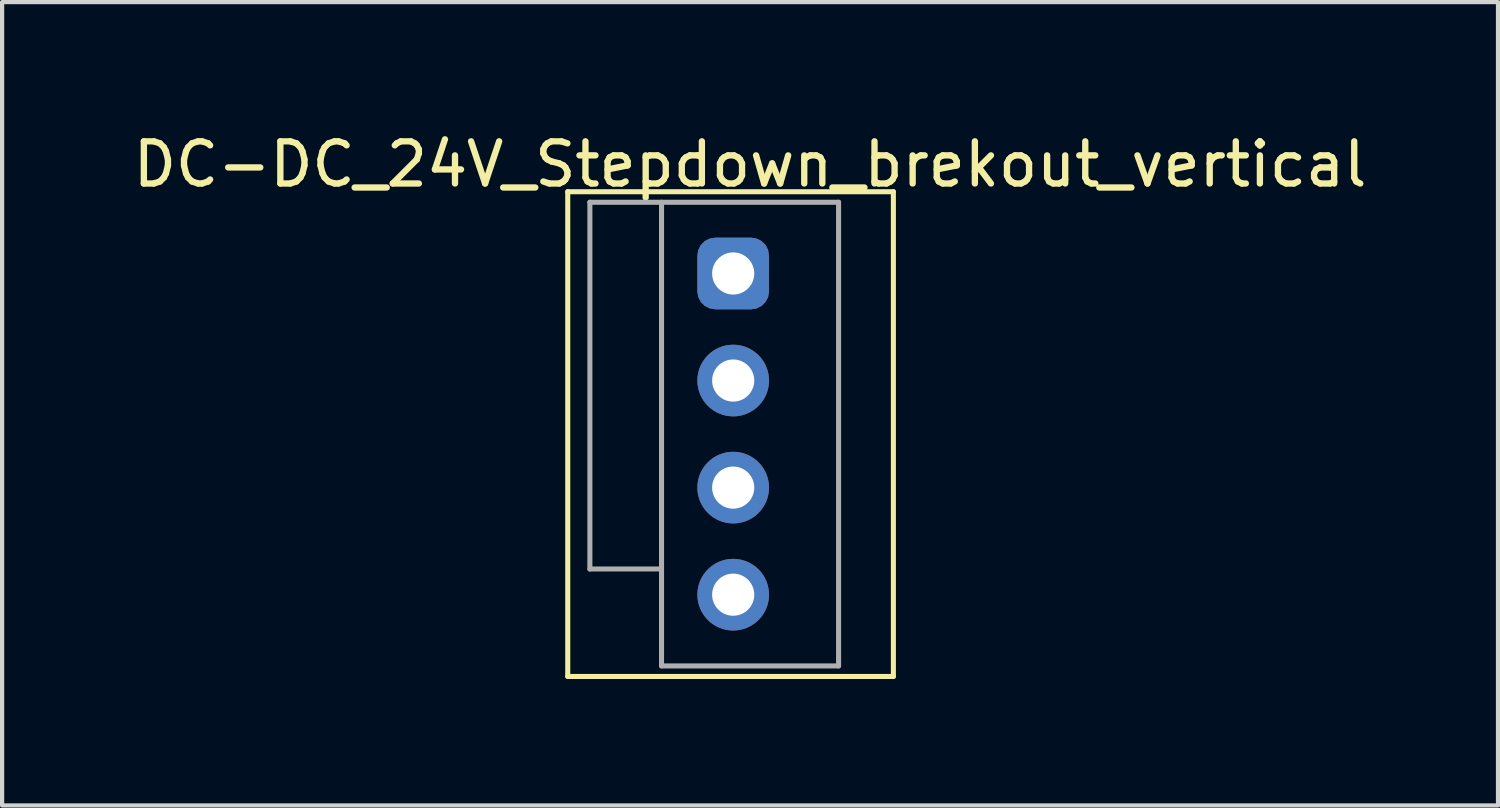
<source format=kicad_pcb>
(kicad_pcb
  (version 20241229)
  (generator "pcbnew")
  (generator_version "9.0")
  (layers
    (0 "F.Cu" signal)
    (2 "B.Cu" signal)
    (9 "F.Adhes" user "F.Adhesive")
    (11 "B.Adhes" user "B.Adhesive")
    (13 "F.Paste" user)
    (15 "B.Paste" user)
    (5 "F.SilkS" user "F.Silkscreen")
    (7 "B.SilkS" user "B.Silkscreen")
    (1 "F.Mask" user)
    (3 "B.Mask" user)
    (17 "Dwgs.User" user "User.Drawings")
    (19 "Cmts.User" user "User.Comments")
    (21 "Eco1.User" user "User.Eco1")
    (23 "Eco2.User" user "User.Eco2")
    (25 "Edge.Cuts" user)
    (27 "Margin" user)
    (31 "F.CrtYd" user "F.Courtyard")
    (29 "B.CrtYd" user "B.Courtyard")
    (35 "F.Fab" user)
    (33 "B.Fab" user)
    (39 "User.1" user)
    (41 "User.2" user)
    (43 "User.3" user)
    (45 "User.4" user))
  (footprint "DC-DC_24V_Stepdown_brekout_vertical"
    (layer "F.Cu")
    (at 12.644 1.748)
    (property "Reference" "DC-DC_24V_Stepdown_brekout_vertical" (at 2.1 -0.9 0) (layer "F.SilkS") (effects (font (size 1 1) (thickness 0.15))))
    (attr through_hole)
    (fp_line (start -2.225 -0.25) (end 5.5 -0.25) (stroke (width 0.12) (type solid)) (layer "F.SilkS"))
    (fp_line (start -2.225 11.25) (end -2.225 -0.25) (stroke (width 0.12) (type solid)) (layer "F.SilkS"))
    (fp_line (start 5.5 -0.25) (end 5.5 11.25) (stroke (width 0.12) (type solid)) (layer "F.SilkS"))
    (fp_line (start 5.5 11.25) (end -2.225 11.25) (stroke (width 0.12) (type solid)) (layer "F.SilkS"))
    (fp_line (start -1.7 0) (end -1.7 8.7) (stroke (width 0.12) (type solid)) (layer "F.Fab"))
    (fp_line (start -1.7 0) (end 4.2 0) (stroke (width 0.12) (type solid)) (layer "F.Fab"))
    (fp_line (start -1.7 8.7) (end 0 8.7) (stroke (width 0.12) (type solid)) (layer "F.Fab"))
    (fp_line (start 0 11) (end 0 0) (stroke (width 0.12) (type solid)) (layer "F.Fab"))
    (fp_line (start 0 11) (end 4.2 11) (stroke (width 0.12) (type solid)) (layer "F.Fab"))
    (fp_line (start 4.2 11) (end 4.2 0) (stroke (width 0.12) (type solid)) (layer "F.Fab"))
    (pad "1" thru_hole roundrect (at 1.7 1.69) (size 1.7 1.7) (drill 1) (layers "*.Cu" "*.Mask") (roundrect_rratio 0.25))
    (pad "2" thru_hole circle (at 1.7 4.23) (size 1.7 1.7) (drill 1) (layers "*.Cu" "*.Mask"))
    (pad "3" thru_hole circle (at 1.7 6.77) (size 1.7 1.7) (drill 1) (layers "*.Cu" "*.Mask"))
    (pad "4" thru_hole circle (at 1.7 9.31 90) (size 1.7 1.7) (drill 1) (layers "*.Cu" "*.Mask")))
  (gr_rect
    (start -3 -3)
    (end 32.488 16.058)
    (stroke (width 0.1) (type default))
    (fill no)
    (layer "Edge.Cuts")))
</source>
